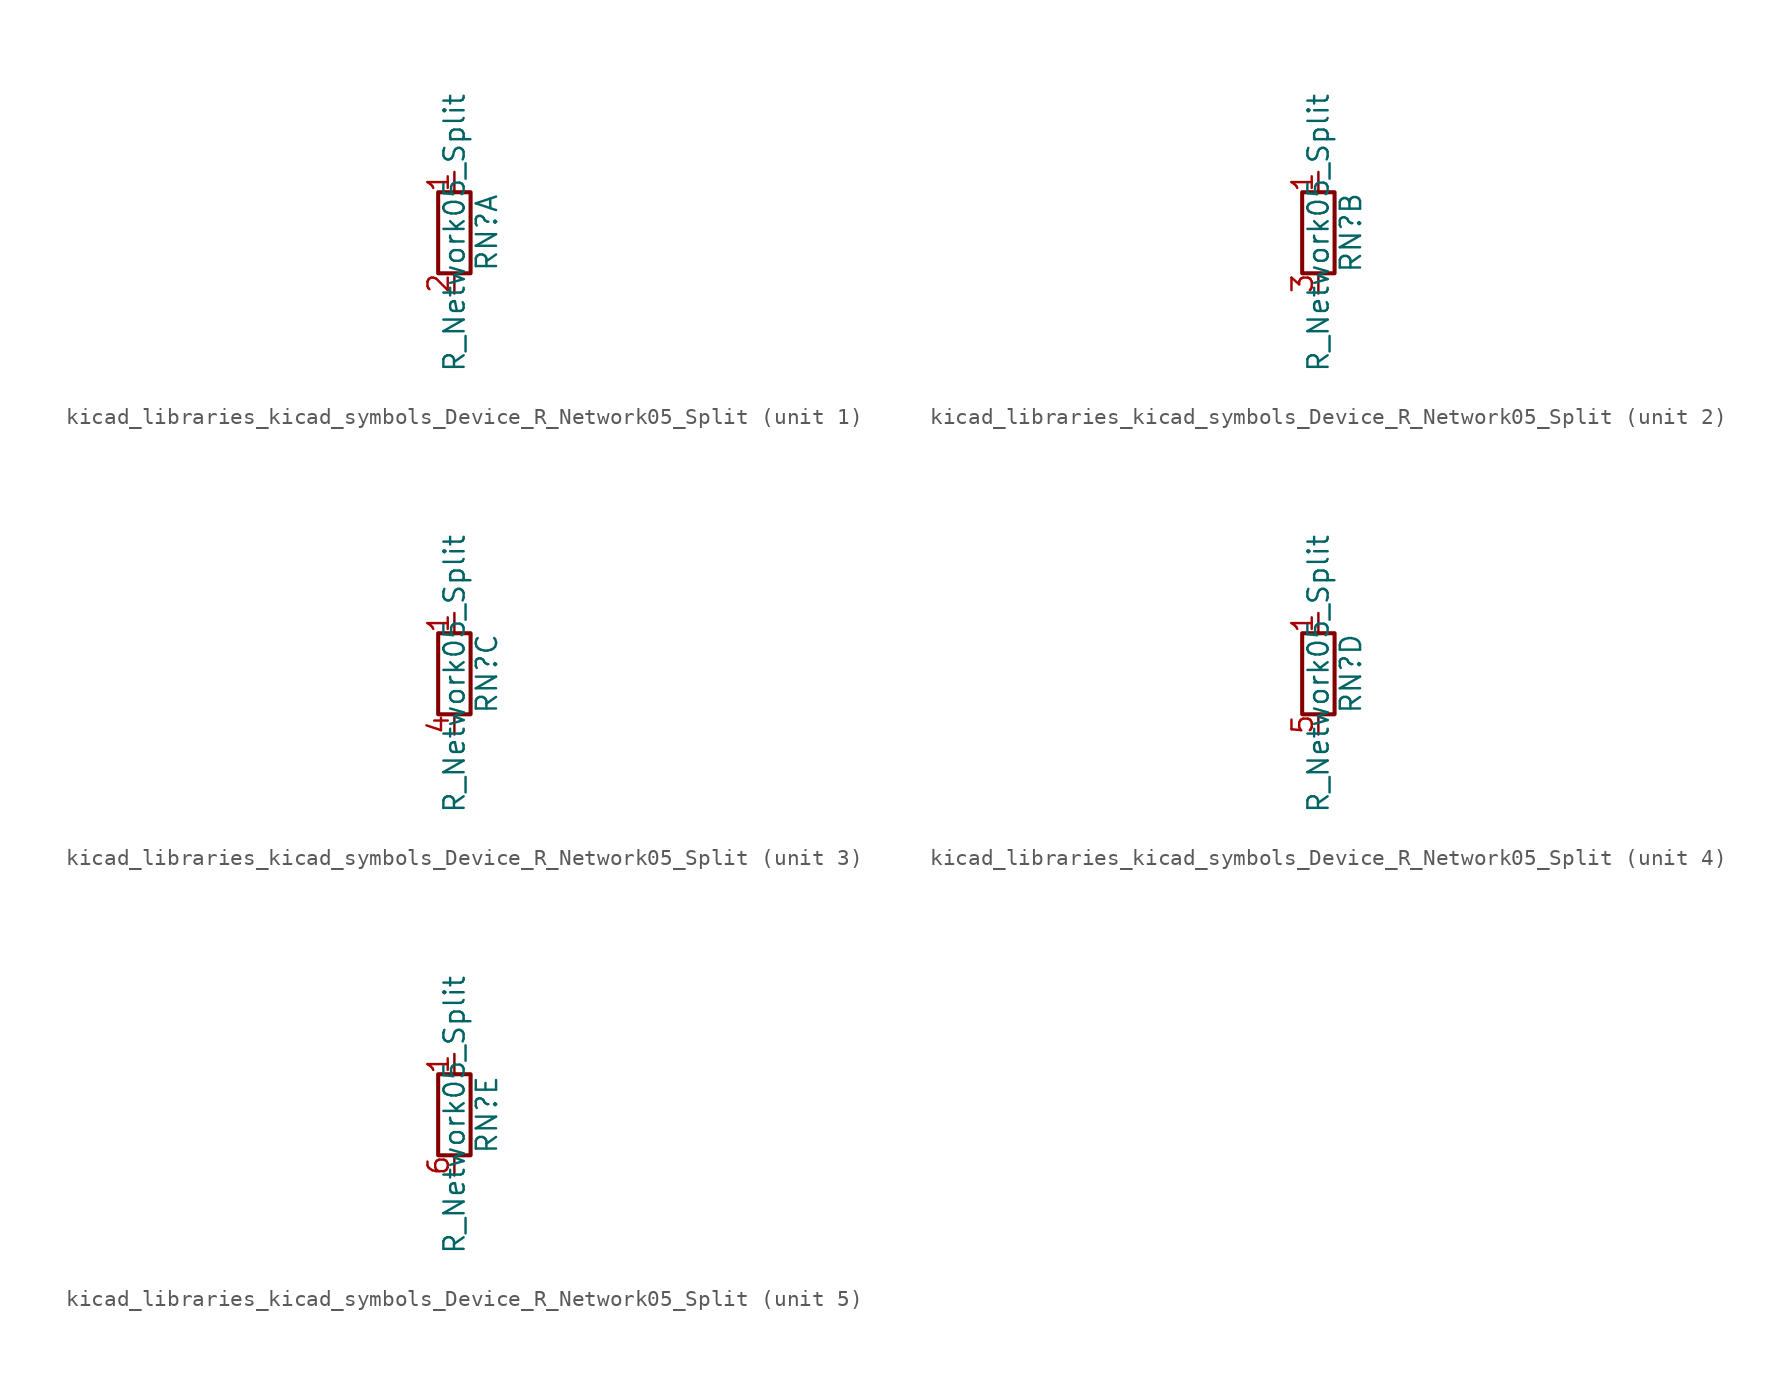
<source format=kicad_sym>
(kicad_symbol_lib
  (version 20220914)
  (generator kicad_symbol_editor)
  (symbol "kicad_libraries_kicad_symbols_Device_R_Network05_Split"
    (pin_names
      (offset 0) hide)
    (property "Reference" "RN"
      (at 2.032 0 90)
      (effects (font (size 1.27 1.27))))
    (property "Value" "R_Network05_Split"
      (at 0 0 90)
      (effects (font (size 1.27 1.27))))
    (symbol "kicad_libraries_kicad_symbols_Device_R_Network05_Split_0_1"
      (rectangle (start 1.016 2.54) (end -1.016 -2.54) (stroke (width 0.254) (type default)) (fill (type none)))
      (pin passive line (at 0 3.81 270) (length 1.27) (name "R1" (effects (font (size 1.27 1.27)))) (number "1" (effects (font (size 1.27 1.27))))))
    (symbol "kicad_libraries_kicad_symbols_Device_R_Network05_Split_1_1"
      (pin passive line (at 0 -3.81 90) (length 1.27) (name "R1.2" (effects (font (size 1.27 1.27)))) (number "2" (effects (font (size 1.27 1.27))))))
    (symbol "kicad_libraries_kicad_symbols_Device_R_Network05_Split_2_1"
      (pin passive line (at 0 -3.81 90) (length 1.27) (name "R2.2" (effects (font (size 1.27 1.27)))) (number "3" (effects (font (size 1.27 1.27))))))
    (symbol "kicad_libraries_kicad_symbols_Device_R_Network05_Split_3_1"
      (pin passive line (at 0 -3.81 90) (length 1.27) (name "R3.2" (effects (font (size 1.27 1.27)))) (number "4" (effects (font (size 1.27 1.27))))))
    (symbol "kicad_libraries_kicad_symbols_Device_R_Network05_Split_4_1"
      (pin passive line (at 0 -3.81 90) (length 1.27) (name "R4.2" (effects (font (size 1.27 1.27)))) (number "5" (effects (font (size 1.27 1.27))))))
    (symbol "kicad_libraries_kicad_symbols_Device_R_Network05_Split_5_1"
      (pin passive line (at 0 -3.81 90) (length 1.27) (name "R5.2" (effects (font (size 1.27 1.27)))) (number "6" (effects (font (size 1.27 1.27))))))))
</source>
